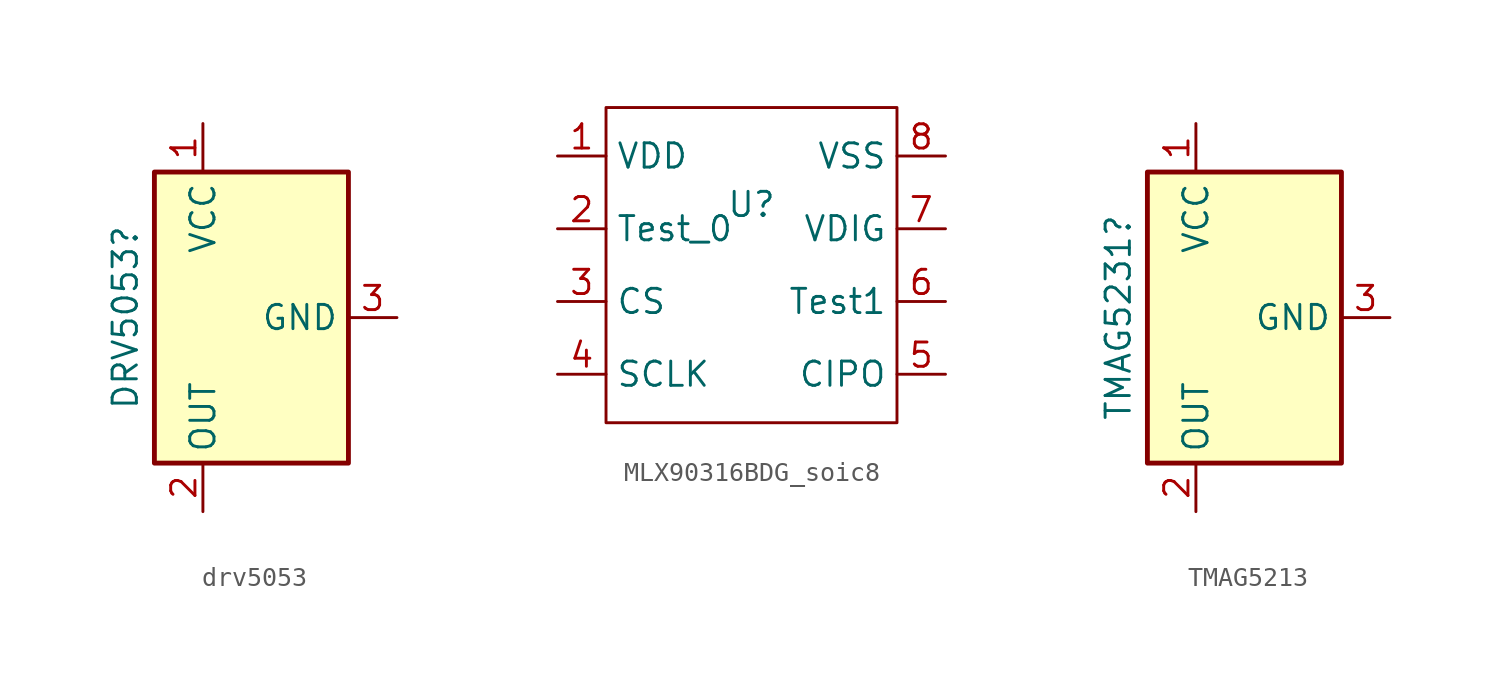
<source format=kicad_sym>
(kicad_symbol_lib
  (version 20231120)
  (generator "kicad_symbol_editor")
  (generator_version "8.0")
  (symbol "drv5053"
    (property "Reference" "DRV5053"
      (at -4.064 0 90)
      (effects (font (size 1.27 1.27))))
    (property "Value" ""
      (at 0 0 0)
      (effects (font (size 1.27 1.27))))
    (symbol "drv5053_1_1"
      (rectangle (start -2.54 7.62) (end 7.62 -7.62) (stroke (width 0.254) (type default)) (fill (type background)))
      (pin power_in line (at 0 10.16 270) (length 2.54) (name "VCC" (effects (font (size 1.27 1.27)))) (number "1" (effects (font (size 1.27 1.27)))))
      (pin output line (at 0 -10.16 90) (length 2.54) (name "OUT" (effects (font (size 1.27 1.27)))) (number "2" (effects (font (size 1.27 1.27)))))
      (pin power_in line (at 10.16 0 180) (length 2.54) (name "GND" (effects (font (size 1.27 1.27)))) (number "3" (effects (font (size 1.27 1.27)))))))
  (symbol "MLX90316BDG_soic8"
    (property "Reference" "U"
      (at 0 0 0)
      (effects (font (size 1.27 1.27))))
    (property "Value" ""
      (at 0 0 0)
      (effects (font (size 1.27 1.27))))
    (symbol "MLX90316BDG_soic8_0_1"
      (rectangle (start -7.62 5.08) (end 7.62 -11.43) (stroke (width 0) (type default)) (fill (type none))))
    (symbol "MLX90316BDG_soic8_1_1"
      (pin input line (at -10.16 2.54 0) (length 2.54) (name "VDD" (effects (font (size 1.27 1.27)))) (number "1" (effects (font (size 1.27 1.27)))))
      (pin input line (at -10.16 -1.27 0) (length 2.54) (name "Test_0" (effects (font (size 1.27 1.27)))) (number "2" (effects (font (size 1.27 1.27)))))
      (pin input line (at -10.16 -5.08 0) (length 2.54) (name "CS" (effects (font (size 1.27 1.27)))) (number "3" (effects (font (size 1.27 1.27)))))
      (pin input line (at -10.16 -8.89 0) (length 2.54) (name "SCLK" (effects (font (size 1.27 1.27)))) (number "4" (effects (font (size 1.27 1.27)))))
      (pin input line (at 10.16 -8.89 180) (length 2.54) (name "CIPO" (effects (font (size 1.27 1.27)))) (number "5" (effects (font (size 1.27 1.27)))))
      (pin input line (at 10.16 -5.08 180) (length 2.54) (name "Test1" (effects (font (size 1.27 1.27)))) (number "6" (effects (font (size 1.27 1.27)))))
      (pin input line (at 10.16 -1.27 180) (length 2.54) (name "VDIG" (effects (font (size 1.27 1.27)))) (number "7" (effects (font (size 1.27 1.27)))))
      (pin input line (at 10.16 2.54 180) (length 2.54) (name "VSS" (effects (font (size 1.27 1.27)))) (number "8" (effects (font (size 1.27 1.27)))))))
  (symbol "TMAG5213"
    (property "Reference" "TMAG5231"
      (at -4.064 0 90)
      (effects (font (size 1.27 1.27))))
    (property "Value" ""
      (at 0 0 0)
      (effects (font (size 1.27 1.27))))
    (symbol "TMAG5213_0_1"
      (rectangle (start -2.54 7.62) (end 7.62 -7.62) (stroke (width 0.254) (type default)) (fill (type background))))
    (symbol "TMAG5213_1_1"
      (pin power_in line (at 0 10.16 270) (length 2.54) (name "VCC" (effects (font (size 1.27 1.27)))) (number "1" (effects (font (size 1.27 1.27)))))
      (pin output line (at 0 -10.16 90) (length 2.54) (name "OUT" (effects (font (size 1.27 1.27)))) (number "2" (effects (font (size 1.27 1.27)))))
      (pin power_in line (at 10.16 0 180) (length 2.54) (name "GND" (effects (font (size 1.27 1.27)))) (number "3" (effects (font (size 1.27 1.27))))))))
</source>
